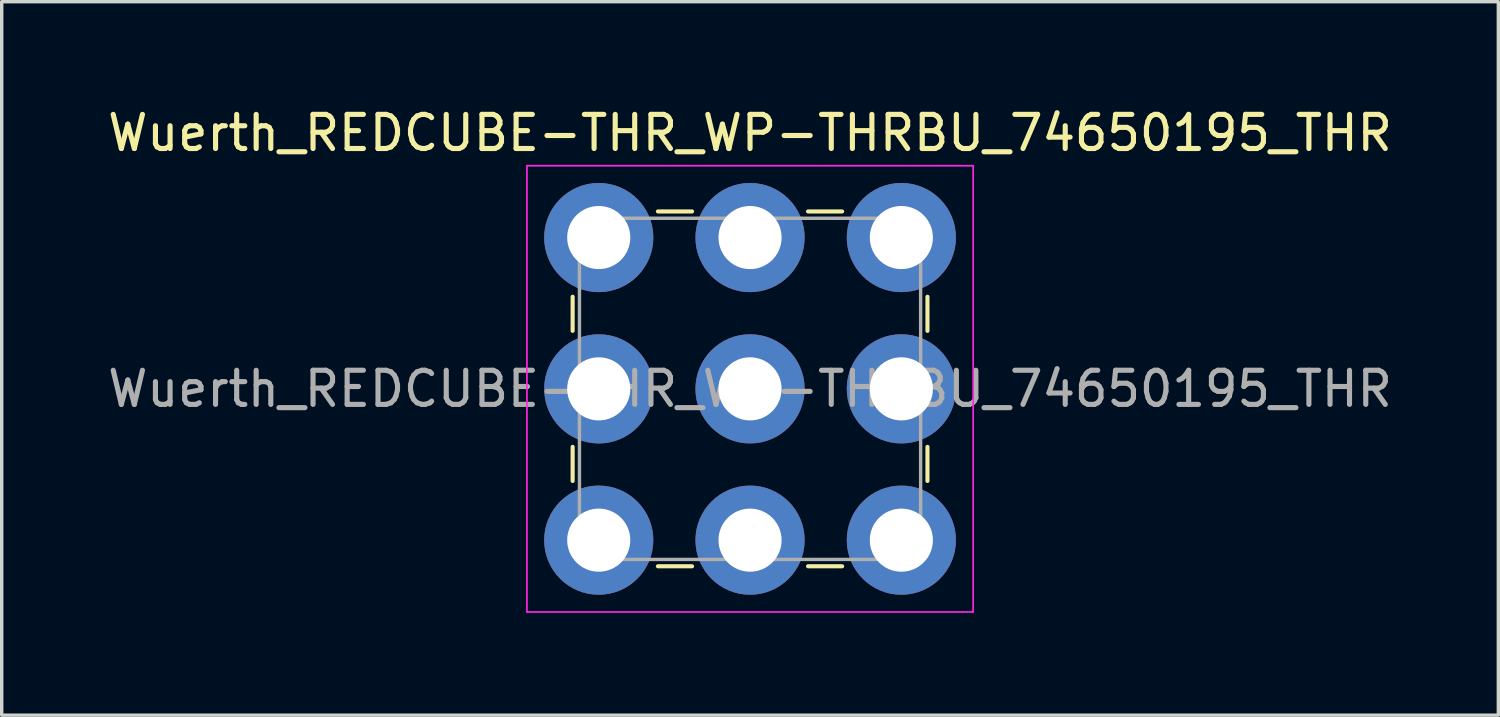
<source format=kicad_pcb>
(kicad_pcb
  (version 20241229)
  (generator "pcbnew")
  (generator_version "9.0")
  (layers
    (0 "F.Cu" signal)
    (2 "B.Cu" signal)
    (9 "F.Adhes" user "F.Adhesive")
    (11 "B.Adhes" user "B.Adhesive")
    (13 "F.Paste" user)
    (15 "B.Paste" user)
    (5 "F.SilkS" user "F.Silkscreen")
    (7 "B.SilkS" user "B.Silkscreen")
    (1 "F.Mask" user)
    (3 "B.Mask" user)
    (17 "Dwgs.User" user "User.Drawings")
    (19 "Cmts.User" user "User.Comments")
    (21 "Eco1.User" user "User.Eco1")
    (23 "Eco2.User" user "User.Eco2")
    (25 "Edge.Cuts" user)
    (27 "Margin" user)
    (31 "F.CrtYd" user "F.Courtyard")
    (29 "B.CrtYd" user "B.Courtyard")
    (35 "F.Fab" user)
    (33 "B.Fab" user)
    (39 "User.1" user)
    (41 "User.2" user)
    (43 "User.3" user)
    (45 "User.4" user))
  (footprint "Wuerth_REDCUBE-THR_WP-THRBU_74650195_THR"
    (layer "F.Cu")
    (at 18.935 8.348)
    (property "Reference" "Wuerth_REDCUBE-THR_WP-THRBU_74650195_THR" (at 0 -7.5 0) (layer "F.SilkS") (effects (font (size 1 1) (thickness 0.15))))
    (attr smd)
    (fp_line (start -5.2 -2.7) (end -5.2 -1.7) (stroke (width 0.12) (type solid)) (layer "F.SilkS"))
    (fp_line (start -5.2 1.7) (end -5.2 2.7) (stroke (width 0.12) (type solid)) (layer "F.SilkS"))
    (fp_line (start -2.7 -5.2) (end -1.7 -5.2) (stroke (width 0.12) (type solid)) (layer "F.SilkS"))
    (fp_line (start -2.7 5.2) (end -1.7 5.2) (stroke (width 0.12) (type solid)) (layer "F.SilkS"))
    (fp_line (start 1.7 -5.2) (end 2.7 -5.2) (stroke (width 0.12) (type solid)) (layer "F.SilkS"))
    (fp_line (start 1.7 5.2) (end 2.7 5.2) (stroke (width 0.12) (type solid)) (layer "F.SilkS"))
    (fp_line (start 5.2 -1.7) (end 5.2 -2.7) (stroke (width 0.12) (type solid)) (layer "F.SilkS"))
    (fp_line (start 5.2 2.7) (end 5.2 1.7) (stroke (width 0.12) (type solid)) (layer "F.SilkS"))
    (fp_line (start -6.54 -6.54) (end 6.54 -6.54) (stroke (width 0.05) (type solid)) (layer "F.CrtYd"))
    (fp_line (start -6.54 6.54) (end -6.54 -6.54) (stroke (width 0.05) (type solid)) (layer "F.CrtYd"))
    (fp_line (start 6.54 -6.54) (end 6.54 6.54) (stroke (width 0.05) (type solid)) (layer "F.CrtYd"))
    (fp_line (start 6.54 6.54) (end -6.54 6.54) (stroke (width 0.05) (type solid)) (layer "F.CrtYd"))
    (fp_line (start -5 -5) (end 5 -5) (stroke (width 0.1) (type solid)) (layer "F.Fab"))
    (fp_line (start -5 5) (end -5 -5) (stroke (width 0.1) (type solid)) (layer "F.Fab"))
    (fp_line (start 5 -5) (end 5 5) (stroke (width 0.1) (type solid)) (layer "F.Fab"))
    (fp_line (start 5 5) (end -5 5) (stroke (width 0.1) (type solid)) (layer "F.Fab"))
    (fp_text user "${REFERENCE}" (at 0 0 0) (layer "F.Fab") (effects (font (size 1 1) (thickness 0.15))))
    (pad "" smd circle (at -4.435 -4.435) (size 3.1 3.1) (layers "F.Paste"))
    (pad "" smd circle (at -4.435 0) (size 3.1 3.1) (layers "F.Paste"))
    (pad "" smd circle (at -4.435 4.435) (size 3.1 3.1) (layers "F.Paste"))
    (pad "" smd circle (at 0 -4.435) (size 3.1 3.1) (layers "F.Paste"))
    (pad "" smd circle (at 0 0) (size 3.1 3.1) (layers "F.Paste"))
    (pad "" smd circle (at 0 4.435) (size 3.1 3.1) (layers "F.Paste"))
    (pad "" smd circle (at 4.435 -4.435) (size 3.1 3.1) (layers "F.Paste"))
    (pad "" smd circle (at 4.435 0) (size 3.1 3.1) (layers "F.Paste"))
    (pad "" smd circle (at 4.435 4.435) (size 3.1 3.1) (layers "F.Paste"))
    (pad "1" thru_hole circle (at -4.435 -4.435) (size 3.2 3.2) (drill 1.85) (layers "*.Cu" "*.Mask"))
    (pad "1" thru_hole circle (at -4.435 0) (size 3.2 3.2) (drill 1.85) (layers "*.Cu" "*.Mask"))
    (pad "1" thru_hole circle (at -4.435 4.435) (size 3.2 3.2) (drill 1.85) (layers "*.Cu" "*.Mask"))
    (pad "1" thru_hole circle (at 0 -4.435) (size 3.2 3.2) (drill 1.85) (layers "*.Cu" "*.Mask"))
    (pad "1" thru_hole circle (at 0 0) (size 3.2 3.2) (drill 1.85) (layers "*.Cu" "*.Mask"))
    (pad "1" thru_hole circle (at 0 4.435) (size 3.2 3.2) (drill 1.85) (layers "*.Cu" "*.Mask"))
    (pad "1" thru_hole circle (at 4.435 -4.435) (size 3.2 3.2) (drill 1.85) (layers "*.Cu" "*.Mask"))
    (pad "1" thru_hole circle (at 4.435 0) (size 3.2 3.2) (drill 1.85) (layers "*.Cu" "*.Mask"))
    (pad "1" thru_hole circle (at 4.435 4.435) (size 3.2 3.2) (drill 1.85) (layers "*.Cu" "*.Mask")))
  (gr_rect
    (start -3 -3)
    (end 40.869 17.913)
    (stroke (width 0.1) (type default))
    (fill no)
    (layer "Edge.Cuts")))
</source>
